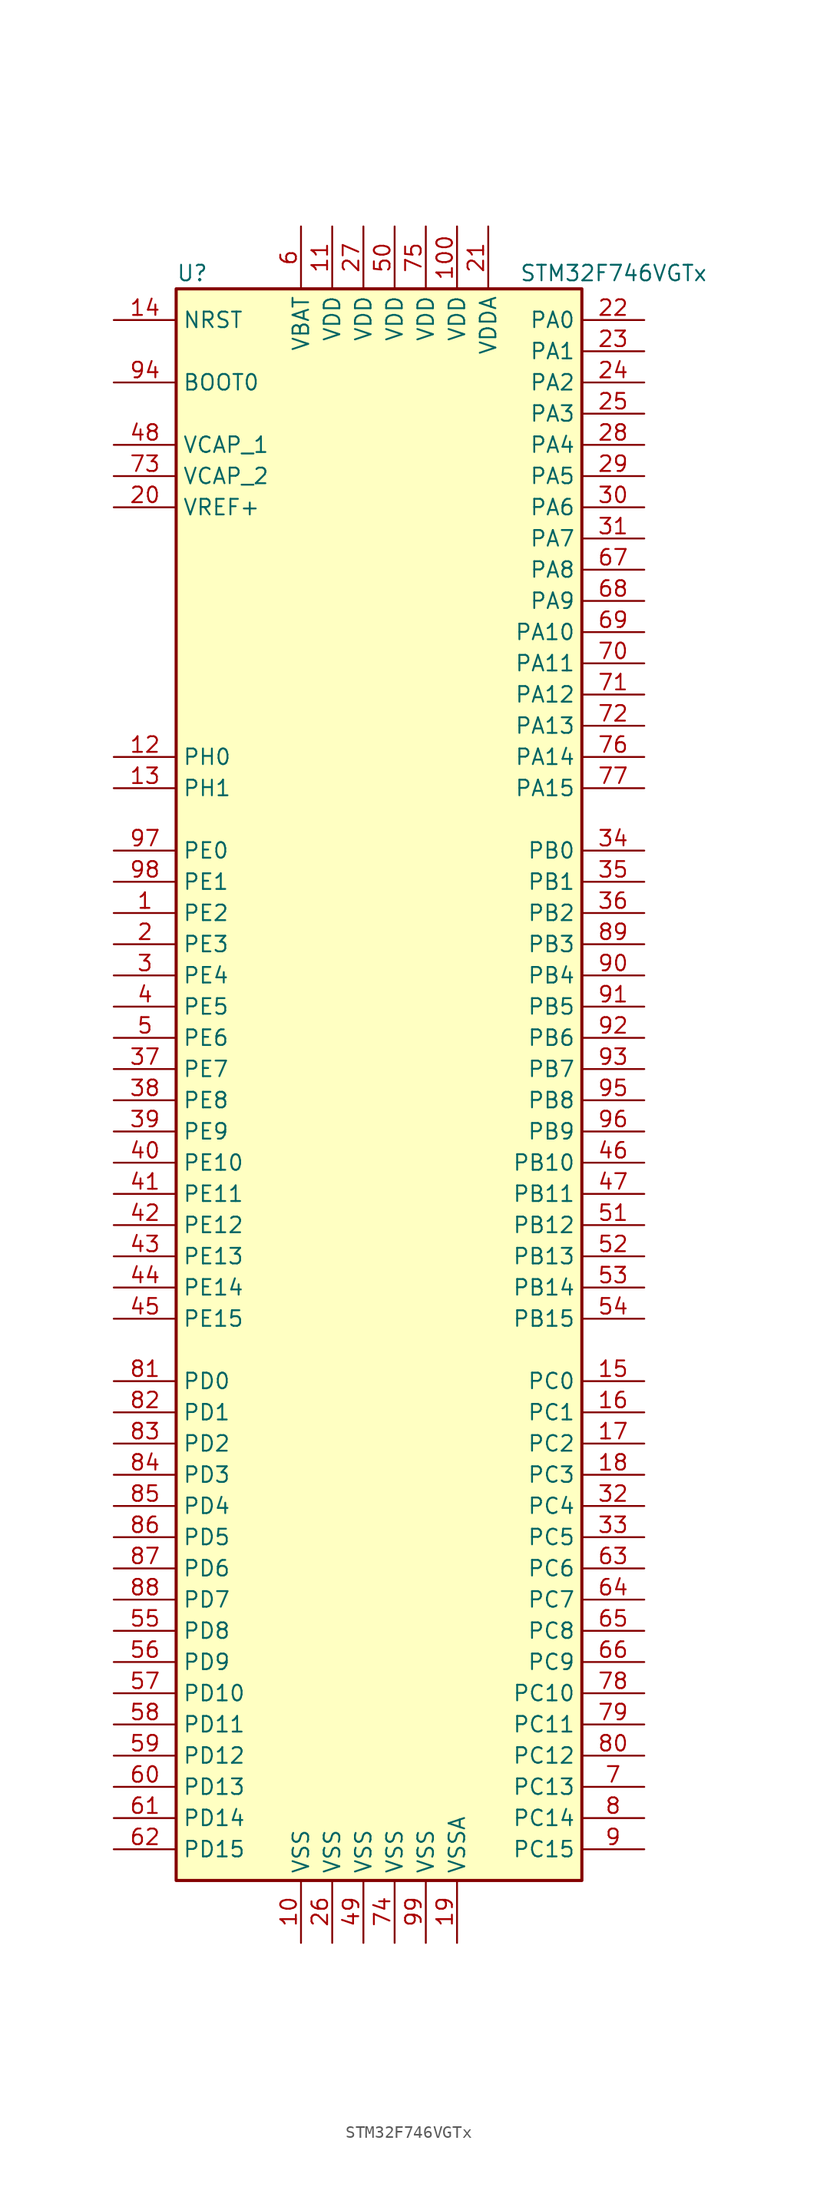
<source format=kicad_sym>
(kicad_symbol_lib
  (version 20201005)
  (generator kicad_symbol_editor)
  (symbol "MCU_ST_STM32F7:STM32F746VGTx"
    (property "Reference" "U"
      (at -17.78 64.77 0)
      (effects (font (size 1.27 1.27)) (justify left)))
    (property "Value" "STM32F746VGTx"
      (at 10.16 64.77 0)
      (effects (font (size 1.27 1.27)) (justify left)))
    (symbol "STM32F746VGTx_0_1"
      (rectangle (start -17.78 -66.04) (end 15.24 63.5) (stroke (width 0.254)) (fill (type background))))
    (symbol "STM32F746VGTx_1_1"
      (pin input line (at -22.86 55.88 0) (length 5.08) (name "BOOT0" (effects (font (size 1.27 1.27)))) (number "94" (effects (font (size 1.27 1.27)))))
      (pin input line (at -22.86 60.96 0) (length 5.08) (name "NRST" (effects (font (size 1.27 1.27)))) (number "14" (effects (font (size 1.27 1.27)))))
      (pin bidirectional line (at 20.32 60.96 180) (length 5.08) (name "PA0" (effects (font (size 1.27 1.27)))) (number "22" (effects (font (size 1.27 1.27)))))
      (pin bidirectional line (at 20.32 58.42 180) (length 5.08) (name "PA1" (effects (font (size 1.27 1.27)))) (number "23" (effects (font (size 1.27 1.27)))))
      (pin bidirectional line (at 20.32 35.56 180) (length 5.08) (name "PA10" (effects (font (size 1.27 1.27)))) (number "69" (effects (font (size 1.27 1.27)))))
      (pin bidirectional line (at 20.32 33.02 180) (length 5.08) (name "PA11" (effects (font (size 1.27 1.27)))) (number "70" (effects (font (size 1.27 1.27)))))
      (pin bidirectional line (at 20.32 30.48 180) (length 5.08) (name "PA12" (effects (font (size 1.27 1.27)))) (number "71" (effects (font (size 1.27 1.27)))))
      (pin bidirectional line (at 20.32 27.94 180) (length 5.08) (name "PA13" (effects (font (size 1.27 1.27)))) (number "72" (effects (font (size 1.27 1.27)))))
      (pin bidirectional line (at 20.32 25.4 180) (length 5.08) (name "PA14" (effects (font (size 1.27 1.27)))) (number "76" (effects (font (size 1.27 1.27)))))
      (pin bidirectional line (at 20.32 22.86 180) (length 5.08) (name "PA15" (effects (font (size 1.27 1.27)))) (number "77" (effects (font (size 1.27 1.27)))))
      (pin bidirectional line (at 20.32 55.88 180) (length 5.08) (name "PA2" (effects (font (size 1.27 1.27)))) (number "24" (effects (font (size 1.27 1.27)))))
      (pin bidirectional line (at 20.32 53.34 180) (length 5.08) (name "PA3" (effects (font (size 1.27 1.27)))) (number "25" (effects (font (size 1.27 1.27)))))
      (pin bidirectional line (at 20.32 50.8 180) (length 5.08) (name "PA4" (effects (font (size 1.27 1.27)))) (number "28" (effects (font (size 1.27 1.27)))))
      (pin bidirectional line (at 20.32 48.26 180) (length 5.08) (name "PA5" (effects (font (size 1.27 1.27)))) (number "29" (effects (font (size 1.27 1.27)))))
      (pin bidirectional line (at 20.32 45.72 180) (length 5.08) (name "PA6" (effects (font (size 1.27 1.27)))) (number "30" (effects (font (size 1.27 1.27)))))
      (pin bidirectional line (at 20.32 43.18 180) (length 5.08) (name "PA7" (effects (font (size 1.27 1.27)))) (number "31" (effects (font (size 1.27 1.27)))))
      (pin bidirectional line (at 20.32 40.64 180) (length 5.08) (name "PA8" (effects (font (size 1.27 1.27)))) (number "67" (effects (font (size 1.27 1.27)))))
      (pin bidirectional line (at 20.32 38.1 180) (length 5.08) (name "PA9" (effects (font (size 1.27 1.27)))) (number "68" (effects (font (size 1.27 1.27)))))
      (pin bidirectional line (at 20.32 17.78 180) (length 5.08) (name "PB0" (effects (font (size 1.27 1.27)))) (number "34" (effects (font (size 1.27 1.27)))))
      (pin bidirectional line (at 20.32 15.24 180) (length 5.08) (name "PB1" (effects (font (size 1.27 1.27)))) (number "35" (effects (font (size 1.27 1.27)))))
      (pin bidirectional line (at 20.32 -7.62 180) (length 5.08) (name "PB10" (effects (font (size 1.27 1.27)))) (number "46" (effects (font (size 1.27 1.27)))))
      (pin bidirectional line (at 20.32 -10.16 180) (length 5.08) (name "PB11" (effects (font (size 1.27 1.27)))) (number "47" (effects (font (size 1.27 1.27)))))
      (pin bidirectional line (at 20.32 -12.7 180) (length 5.08) (name "PB12" (effects (font (size 1.27 1.27)))) (number "51" (effects (font (size 1.27 1.27)))))
      (pin bidirectional line (at 20.32 -15.24 180) (length 5.08) (name "PB13" (effects (font (size 1.27 1.27)))) (number "52" (effects (font (size 1.27 1.27)))))
      (pin bidirectional line (at 20.32 -17.78 180) (length 5.08) (name "PB14" (effects (font (size 1.27 1.27)))) (number "53" (effects (font (size 1.27 1.27)))))
      (pin bidirectional line (at 20.32 -20.32 180) (length 5.08) (name "PB15" (effects (font (size 1.27 1.27)))) (number "54" (effects (font (size 1.27 1.27)))))
      (pin bidirectional line (at 20.32 12.7 180) (length 5.08) (name "PB2" (effects (font (size 1.27 1.27)))) (number "36" (effects (font (size 1.27 1.27)))))
      (pin bidirectional line (at 20.32 10.16 180) (length 5.08) (name "PB3" (effects (font (size 1.27 1.27)))) (number "89" (effects (font (size 1.27 1.27)))))
      (pin bidirectional line (at 20.32 7.62 180) (length 5.08) (name "PB4" (effects (font (size 1.27 1.27)))) (number "90" (effects (font (size 1.27 1.27)))))
      (pin bidirectional line (at 20.32 5.08 180) (length 5.08) (name "PB5" (effects (font (size 1.27 1.27)))) (number "91" (effects (font (size 1.27 1.27)))))
      (pin bidirectional line (at 20.32 2.54 180) (length 5.08) (name "PB6" (effects (font (size 1.27 1.27)))) (number "92" (effects (font (size 1.27 1.27)))))
      (pin bidirectional line (at 20.32 0 180) (length 5.08) (name "PB7" (effects (font (size 1.27 1.27)))) (number "93" (effects (font (size 1.27 1.27)))))
      (pin bidirectional line (at 20.32 -2.54 180) (length 5.08) (name "PB8" (effects (font (size 1.27 1.27)))) (number "95" (effects (font (size 1.27 1.27)))))
      (pin bidirectional line (at 20.32 -5.08 180) (length 5.08) (name "PB9" (effects (font (size 1.27 1.27)))) (number "96" (effects (font (size 1.27 1.27)))))
      (pin bidirectional line (at 20.32 -25.4 180) (length 5.08) (name "PC0" (effects (font (size 1.27 1.27)))) (number "15" (effects (font (size 1.27 1.27)))))
      (pin bidirectional line (at 20.32 -27.94 180) (length 5.08) (name "PC1" (effects (font (size 1.27 1.27)))) (number "16" (effects (font (size 1.27 1.27)))))
      (pin bidirectional line (at 20.32 -50.8 180) (length 5.08) (name "PC10" (effects (font (size 1.27 1.27)))) (number "78" (effects (font (size 1.27 1.27)))))
      (pin bidirectional line (at 20.32 -53.34 180) (length 5.08) (name "PC11" (effects (font (size 1.27 1.27)))) (number "79" (effects (font (size 1.27 1.27)))))
      (pin bidirectional line (at 20.32 -55.88 180) (length 5.08) (name "PC12" (effects (font (size 1.27 1.27)))) (number "80" (effects (font (size 1.27 1.27)))))
      (pin bidirectional line (at 20.32 -58.42 180) (length 5.08) (name "PC13" (effects (font (size 1.27 1.27)))) (number "7" (effects (font (size 1.27 1.27)))))
      (pin bidirectional line (at 20.32 -60.96 180) (length 5.08) (name "PC14" (effects (font (size 1.27 1.27)))) (number "8" (effects (font (size 1.27 1.27)))))
      (pin bidirectional line (at 20.32 -63.5 180) (length 5.08) (name "PC15" (effects (font (size 1.27 1.27)))) (number "9" (effects (font (size 1.27 1.27)))))
      (pin bidirectional line (at 20.32 -30.48 180) (length 5.08) (name "PC2" (effects (font (size 1.27 1.27)))) (number "17" (effects (font (size 1.27 1.27)))))
      (pin bidirectional line (at 20.32 -33.02 180) (length 5.08) (name "PC3" (effects (font (size 1.27 1.27)))) (number "18" (effects (font (size 1.27 1.27)))))
      (pin bidirectional line (at 20.32 -35.56 180) (length 5.08) (name "PC4" (effects (font (size 1.27 1.27)))) (number "32" (effects (font (size 1.27 1.27)))))
      (pin bidirectional line (at 20.32 -38.1 180) (length 5.08) (name "PC5" (effects (font (size 1.27 1.27)))) (number "33" (effects (font (size 1.27 1.27)))))
      (pin bidirectional line (at 20.32 -40.64 180) (length 5.08) (name "PC6" (effects (font (size 1.27 1.27)))) (number "63" (effects (font (size 1.27 1.27)))))
      (pin bidirectional line (at 20.32 -43.18 180) (length 5.08) (name "PC7" (effects (font (size 1.27 1.27)))) (number "64" (effects (font (size 1.27 1.27)))))
      (pin bidirectional line (at 20.32 -45.72 180) (length 5.08) (name "PC8" (effects (font (size 1.27 1.27)))) (number "65" (effects (font (size 1.27 1.27)))))
      (pin bidirectional line (at 20.32 -48.26 180) (length 5.08) (name "PC9" (effects (font (size 1.27 1.27)))) (number "66" (effects (font (size 1.27 1.27)))))
      (pin bidirectional line (at -22.86 -25.4 0) (length 5.08) (name "PD0" (effects (font (size 1.27 1.27)))) (number "81" (effects (font (size 1.27 1.27)))))
      (pin bidirectional line (at -22.86 -27.94 0) (length 5.08) (name "PD1" (effects (font (size 1.27 1.27)))) (number "82" (effects (font (size 1.27 1.27)))))
      (pin bidirectional line (at -22.86 -50.8 0) (length 5.08) (name "PD10" (effects (font (size 1.27 1.27)))) (number "57" (effects (font (size 1.27 1.27)))))
      (pin bidirectional line (at -22.86 -53.34 0) (length 5.08) (name "PD11" (effects (font (size 1.27 1.27)))) (number "58" (effects (font (size 1.27 1.27)))))
      (pin bidirectional line (at -22.86 -55.88 0) (length 5.08) (name "PD12" (effects (font (size 1.27 1.27)))) (number "59" (effects (font (size 1.27 1.27)))))
      (pin bidirectional line (at -22.86 -58.42 0) (length 5.08) (name "PD13" (effects (font (size 1.27 1.27)))) (number "60" (effects (font (size 1.27 1.27)))))
      (pin bidirectional line (at -22.86 -60.96 0) (length 5.08) (name "PD14" (effects (font (size 1.27 1.27)))) (number "61" (effects (font (size 1.27 1.27)))))
      (pin bidirectional line (at -22.86 -63.5 0) (length 5.08) (name "PD15" (effects (font (size 1.27 1.27)))) (number "62" (effects (font (size 1.27 1.27)))))
      (pin bidirectional line (at -22.86 -30.48 0) (length 5.08) (name "PD2" (effects (font (size 1.27 1.27)))) (number "83" (effects (font (size 1.27 1.27)))))
      (pin bidirectional line (at -22.86 -33.02 0) (length 5.08) (name "PD3" (effects (font (size 1.27 1.27)))) (number "84" (effects (font (size 1.27 1.27)))))
      (pin bidirectional line (at -22.86 -35.56 0) (length 5.08) (name "PD4" (effects (font (size 1.27 1.27)))) (number "85" (effects (font (size 1.27 1.27)))))
      (pin bidirectional line (at -22.86 -38.1 0) (length 5.08) (name "PD5" (effects (font (size 1.27 1.27)))) (number "86" (effects (font (size 1.27 1.27)))))
      (pin bidirectional line (at -22.86 -40.64 0) (length 5.08) (name "PD6" (effects (font (size 1.27 1.27)))) (number "87" (effects (font (size 1.27 1.27)))))
      (pin bidirectional line (at -22.86 -43.18 0) (length 5.08) (name "PD7" (effects (font (size 1.27 1.27)))) (number "88" (effects (font (size 1.27 1.27)))))
      (pin bidirectional line (at -22.86 -45.72 0) (length 5.08) (name "PD8" (effects (font (size 1.27 1.27)))) (number "55" (effects (font (size 1.27 1.27)))))
      (pin bidirectional line (at -22.86 -48.26 0) (length 5.08) (name "PD9" (effects (font (size 1.27 1.27)))) (number "56" (effects (font (size 1.27 1.27)))))
      (pin bidirectional line (at -22.86 17.78 0) (length 5.08) (name "PE0" (effects (font (size 1.27 1.27)))) (number "97" (effects (font (size 1.27 1.27)))))
      (pin bidirectional line (at -22.86 15.24 0) (length 5.08) (name "PE1" (effects (font (size 1.27 1.27)))) (number "98" (effects (font (size 1.27 1.27)))))
      (pin bidirectional line (at -22.86 -7.62 0) (length 5.08) (name "PE10" (effects (font (size 1.27 1.27)))) (number "40" (effects (font (size 1.27 1.27)))))
      (pin bidirectional line (at -22.86 -10.16 0) (length 5.08) (name "PE11" (effects (font (size 1.27 1.27)))) (number "41" (effects (font (size 1.27 1.27)))))
      (pin bidirectional line (at -22.86 -12.7 0) (length 5.08) (name "PE12" (effects (font (size 1.27 1.27)))) (number "42" (effects (font (size 1.27 1.27)))))
      (pin bidirectional line (at -22.86 -15.24 0) (length 5.08) (name "PE13" (effects (font (size 1.27 1.27)))) (number "43" (effects (font (size 1.27 1.27)))))
      (pin bidirectional line (at -22.86 -17.78 0) (length 5.08) (name "PE14" (effects (font (size 1.27 1.27)))) (number "44" (effects (font (size 1.27 1.27)))))
      (pin bidirectional line (at -22.86 -20.32 0) (length 5.08) (name "PE15" (effects (font (size 1.27 1.27)))) (number "45" (effects (font (size 1.27 1.27)))))
      (pin bidirectional line (at -22.86 12.7 0) (length 5.08) (name "PE2" (effects (font (size 1.27 1.27)))) (number "1" (effects (font (size 1.27 1.27)))))
      (pin bidirectional line (at -22.86 10.16 0) (length 5.08) (name "PE3" (effects (font (size 1.27 1.27)))) (number "2" (effects (font (size 1.27 1.27)))))
      (pin bidirectional line (at -22.86 7.62 0) (length 5.08) (name "PE4" (effects (font (size 1.27 1.27)))) (number "3" (effects (font (size 1.27 1.27)))))
      (pin bidirectional line (at -22.86 5.08 0) (length 5.08) (name "PE5" (effects (font (size 1.27 1.27)))) (number "4" (effects (font (size 1.27 1.27)))))
      (pin bidirectional line (at -22.86 2.54 0) (length 5.08) (name "PE6" (effects (font (size 1.27 1.27)))) (number "5" (effects (font (size 1.27 1.27)))))
      (pin bidirectional line (at -22.86 0 0) (length 5.08) (name "PE7" (effects (font (size 1.27 1.27)))) (number "37" (effects (font (size 1.27 1.27)))))
      (pin bidirectional line (at -22.86 -2.54 0) (length 5.08) (name "PE8" (effects (font (size 1.27 1.27)))) (number "38" (effects (font (size 1.27 1.27)))))
      (pin bidirectional line (at -22.86 -5.08 0) (length 5.08) (name "PE9" (effects (font (size 1.27 1.27)))) (number "39" (effects (font (size 1.27 1.27)))))
      (pin input line (at -22.86 25.4 0) (length 5.08) (name "PH0" (effects (font (size 1.27 1.27)))) (number "12" (effects (font (size 1.27 1.27)))))
      (pin input line (at -22.86 22.86 0) (length 5.08) (name "PH1" (effects (font (size 1.27 1.27)))) (number "13" (effects (font (size 1.27 1.27)))))
      (pin power_in line (at -7.62 68.58 270) (length 5.08) (name "VBAT" (effects (font (size 1.27 1.27)))) (number "6" (effects (font (size 1.27 1.27)))))
      (pin power_in line (at -22.86 50.8 0) (length 5.08) (name "VCAP_1" (effects (font (size 1.27 1.27)))) (number "48" (effects (font (size 1.27 1.27)))))
      (pin power_in line (at -22.86 48.26 0) (length 5.08) (name "VCAP_2" (effects (font (size 1.27 1.27)))) (number "73" (effects (font (size 1.27 1.27)))))
      (pin power_in line (at 5.08 68.58 270) (length 5.08) (name "VDD" (effects (font (size 1.27 1.27)))) (number "100" (effects (font (size 1.27 1.27)))))
      (pin power_in line (at -5.08 68.58 270) (length 5.08) (name "VDD" (effects (font (size 1.27 1.27)))) (number "11" (effects (font (size 1.27 1.27)))))
      (pin power_in line (at -2.54 68.58 270) (length 5.08) (name "VDD" (effects (font (size 1.27 1.27)))) (number "27" (effects (font (size 1.27 1.27)))))
      (pin power_in line (at 0 68.58 270) (length 5.08) (name "VDD" (effects (font (size 1.27 1.27)))) (number "50" (effects (font (size 1.27 1.27)))))
      (pin power_in line (at 2.54 68.58 270) (length 5.08) (name "VDD" (effects (font (size 1.27 1.27)))) (number "75" (effects (font (size 1.27 1.27)))))
      (pin power_in line (at 7.62 68.58 270) (length 5.08) (name "VDDA" (effects (font (size 1.27 1.27)))) (number "21" (effects (font (size 1.27 1.27)))))
      (pin power_in line (at -22.86 45.72 0) (length 5.08) (name "VREF+" (effects (font (size 1.27 1.27)))) (number "20" (effects (font (size 1.27 1.27)))))
      (pin power_in line (at -7.62 -71.12 90) (length 5.08) (name "VSS" (effects (font (size 1.27 1.27)))) (number "10" (effects (font (size 1.27 1.27)))))
      (pin power_in line (at -5.08 -71.12 90) (length 5.08) (name "VSS" (effects (font (size 1.27 1.27)))) (number "26" (effects (font (size 1.27 1.27)))))
      (pin power_in line (at -2.54 -71.12 90) (length 5.08) (name "VSS" (effects (font (size 1.27 1.27)))) (number "49" (effects (font (size 1.27 1.27)))))
      (pin power_in line (at 0 -71.12 90) (length 5.08) (name "VSS" (effects (font (size 1.27 1.27)))) (number "74" (effects (font (size 1.27 1.27)))))
      (pin power_in line (at 2.54 -71.12 90) (length 5.08) (name "VSS" (effects (font (size 1.27 1.27)))) (number "99" (effects (font (size 1.27 1.27)))))
      (pin power_in line (at 5.08 -71.12 90) (length 5.08) (name "VSSA" (effects (font (size 1.27 1.27)))) (number "19" (effects (font (size 1.27 1.27))))))))
</source>
